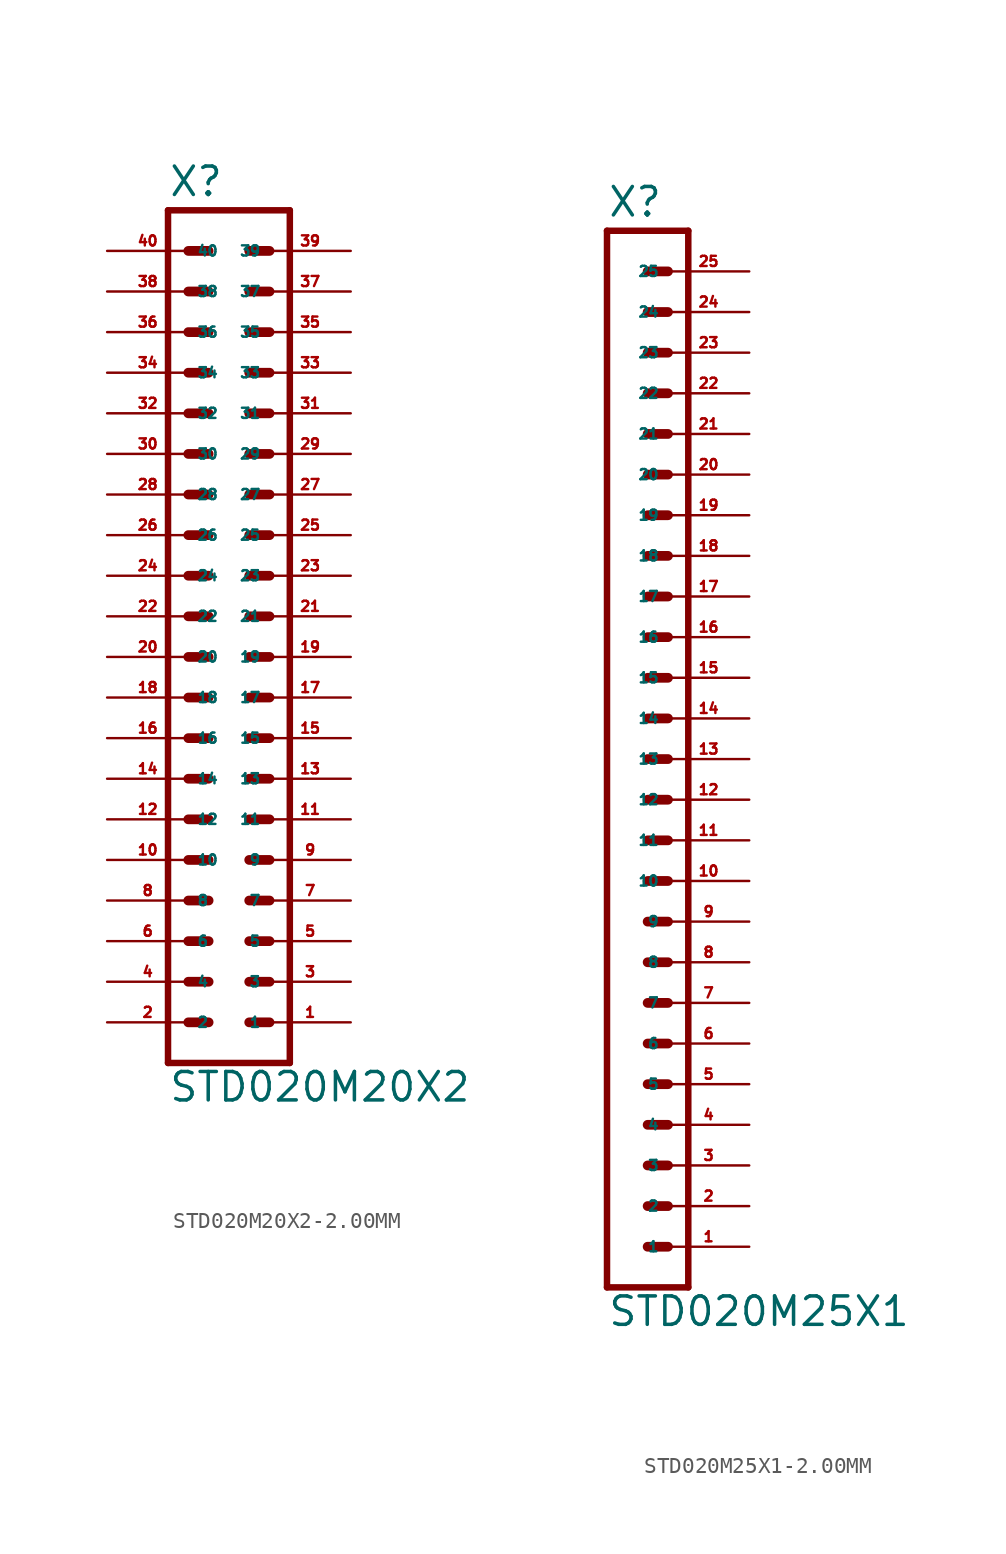
<source format=kicad_sym>
(kicad_symbol_lib
  (version 20220914)
  (generator Eagle2Kicad)
  (symbol "STD020M20X2-2.00MM"
    (property "Reference" "X"
      (at -3.81 26.162 0)
      (effects (font (size 1.778 1.778) (thickness 0.22)) (justify left bottom)))
    (property "Value" "STD020M20X2"
      (at -3.81 -30.48 0)
      (effects (font (size 1.778 1.778) (thickness 0.22)) (justify left bottom)))
    (polyline
      (pts (xy 3.81 -27.94) (xy -3.81 -27.94))
      (stroke (width 0.406) (type default))
      (fill (type none)))
    (polyline
      (pts (xy 1.27 -20.32) (xy 2.54 -20.32))
      (stroke (width 0.61) (type default))
      (fill (type none)))
    (polyline
      (pts (xy 1.27 -22.86) (xy 2.54 -22.86))
      (stroke (width 0.61) (type default))
      (fill (type none)))
    (polyline
      (pts (xy 1.27 -25.4) (xy 2.54 -25.4))
      (stroke (width 0.61) (type default))
      (fill (type none)))
    (polyline
      (pts (xy -2.54 -20.32) (xy -1.27 -20.32))
      (stroke (width 0.61) (type default))
      (fill (type none)))
    (polyline
      (pts (xy -2.54 -22.86) (xy -1.27 -22.86))
      (stroke (width 0.61) (type default))
      (fill (type none)))
    (polyline
      (pts (xy -2.54 -25.4) (xy -1.27 -25.4))
      (stroke (width 0.61) (type default))
      (fill (type none)))
    (polyline
      (pts (xy 1.27 -15.24) (xy 2.54 -15.24))
      (stroke (width 0.61) (type default))
      (fill (type none)))
    (polyline
      (pts (xy 1.27 -17.78) (xy 2.54 -17.78))
      (stroke (width 0.61) (type default))
      (fill (type none)))
    (polyline
      (pts (xy -2.54 -15.24) (xy -1.27 -15.24))
      (stroke (width 0.61) (type default))
      (fill (type none)))
    (polyline
      (pts (xy -2.54 -17.78) (xy -1.27 -17.78))
      (stroke (width 0.61) (type default))
      (fill (type none)))
    (polyline
      (pts (xy 1.27 -7.62) (xy 2.54 -7.62))
      (stroke (width 0.61) (type default))
      (fill (type none)))
    (polyline
      (pts (xy 1.27 -10.16) (xy 2.54 -10.16))
      (stroke (width 0.61) (type default))
      (fill (type none)))
    (polyline
      (pts (xy 1.27 -12.7) (xy 2.54 -12.7))
      (stroke (width 0.61) (type default))
      (fill (type none)))
    (polyline
      (pts (xy -2.54 -7.62) (xy -1.27 -7.62))
      (stroke (width 0.61) (type default))
      (fill (type none)))
    (polyline
      (pts (xy -2.54 -10.16) (xy -1.27 -10.16))
      (stroke (width 0.61) (type default))
      (fill (type none)))
    (polyline
      (pts (xy -2.54 -12.7) (xy -1.27 -12.7))
      (stroke (width 0.61) (type default))
      (fill (type none)))
    (polyline
      (pts (xy 1.27 -2.54) (xy 2.54 -2.54))
      (stroke (width 0.61) (type default))
      (fill (type none)))
    (polyline
      (pts (xy 1.27 -5.08) (xy 2.54 -5.08))
      (stroke (width 0.61) (type default))
      (fill (type none)))
    (polyline
      (pts (xy -2.54 -2.54) (xy -1.27 -2.54))
      (stroke (width 0.61) (type default))
      (fill (type none)))
    (polyline
      (pts (xy -2.54 -5.08) (xy -1.27 -5.08))
      (stroke (width 0.61) (type default))
      (fill (type none)))
    (polyline
      (pts (xy 1.27 5.08) (xy 2.54 5.08))
      (stroke (width 0.61) (type default))
      (fill (type none)))
    (polyline
      (pts (xy 1.27 2.54) (xy 2.54 2.54))
      (stroke (width 0.61) (type default))
      (fill (type none)))
    (polyline
      (pts (xy 1.27 0) (xy 2.54 0))
      (stroke (width 0.61) (type default))
      (fill (type none)))
    (polyline
      (pts (xy -2.54 5.08) (xy -1.27 5.08))
      (stroke (width 0.61) (type default))
      (fill (type none)))
    (polyline
      (pts (xy -2.54 2.54) (xy -1.27 2.54))
      (stroke (width 0.61) (type default))
      (fill (type none)))
    (polyline
      (pts (xy -2.54 0) (xy -1.27 0))
      (stroke (width 0.61) (type default))
      (fill (type none)))
    (polyline
      (pts (xy 1.27 10.16) (xy 2.54 10.16))
      (stroke (width 0.61) (type default))
      (fill (type none)))
    (polyline
      (pts (xy 1.27 7.62) (xy 2.54 7.62))
      (stroke (width 0.61) (type default))
      (fill (type none)))
    (polyline
      (pts (xy -2.54 10.16) (xy -1.27 10.16))
      (stroke (width 0.61) (type default))
      (fill (type none)))
    (polyline
      (pts (xy -2.54 7.62) (xy -1.27 7.62))
      (stroke (width 0.61) (type default))
      (fill (type none)))
    (polyline
      (pts (xy 1.27 15.24) (xy 2.54 15.24))
      (stroke (width 0.61) (type default))
      (fill (type none)))
    (polyline
      (pts (xy 1.27 12.7) (xy 2.54 12.7))
      (stroke (width 0.61) (type default))
      (fill (type none)))
    (polyline
      (pts (xy -2.54 15.24) (xy -1.27 15.24))
      (stroke (width 0.61) (type default))
      (fill (type none)))
    (polyline
      (pts (xy -2.54 12.7) (xy -1.27 12.7))
      (stroke (width 0.61) (type default))
      (fill (type none)))
    (polyline
      (pts (xy -3.81 25.4) (xy -3.81 -27.94))
      (stroke (width 0.406) (type default))
      (fill (type none)))
    (polyline
      (pts (xy 3.81 -27.94) (xy 3.81 25.4))
      (stroke (width 0.406) (type default))
      (fill (type none)))
    (polyline
      (pts (xy -3.81 25.4) (xy 3.81 25.4))
      (stroke (width 0.406) (type default))
      (fill (type none)))
    (polyline
      (pts (xy -2.54 17.78) (xy -1.27 17.78))
      (stroke (width 0.61) (type default))
      (fill (type none)))
    (polyline
      (pts (xy -2.54 20.32) (xy -1.27 20.32))
      (stroke (width 0.61) (type default))
      (fill (type none)))
    (polyline
      (pts (xy -2.54 22.86) (xy -1.27 22.86))
      (stroke (width 0.61) (type default))
      (fill (type none)))
    (polyline
      (pts (xy 1.27 17.78) (xy 2.54 17.78))
      (stroke (width 0.61) (type default))
      (fill (type none)))
    (polyline
      (pts (xy 1.27 20.32) (xy 2.54 20.32))
      (stroke (width 0.61) (type default))
      (fill (type none)))
    (polyline
      (pts (xy 1.27 22.86) (xy 2.54 22.86))
      (stroke (width 0.61) (type default))
      (fill (type none)))
    (pin passive line
      (at 7.62 -25.4 180)
      (length 5.08)
      (name "1" (effects (font (size 0.635 0.635) (thickness 0.08)) (justify left bottom)))
      (number "1" (effects (font (size 0.635 0.635) (thickness 0.08)) (justify left bottom))))
    (pin passive line
      (at 7.62 -22.86 180)
      (length 5.08)
      (name "3" (effects (font (size 0.635 0.635) (thickness 0.08)) (justify left bottom)))
      (number "3" (effects (font (size 0.635 0.635) (thickness 0.08)) (justify left bottom))))
    (pin passive line
      (at 7.62 -20.32 180)
      (length 5.08)
      (name "5" (effects (font (size 0.635 0.635) (thickness 0.08)) (justify left bottom)))
      (number "5" (effects (font (size 0.635 0.635) (thickness 0.08)) (justify left bottom))))
    (pin passive line
      (at -7.62 -25.4 0)
      (length 5.08)
      (name "2" (effects (font (size 0.635 0.635) (thickness 0.08)) (justify left bottom)))
      (number "2" (effects (font (size 0.635 0.635) (thickness 0.08)) (justify left bottom))))
    (pin passive line
      (at -7.62 -22.86 0)
      (length 5.08)
      (name "4" (effects (font (size 0.635 0.635) (thickness 0.08)) (justify left bottom)))
      (number "4" (effects (font (size 0.635 0.635) (thickness 0.08)) (justify left bottom))))
    (pin passive line
      (at -7.62 -20.32 0)
      (length 5.08)
      (name "6" (effects (font (size 0.635 0.635) (thickness 0.08)) (justify left bottom)))
      (number "6" (effects (font (size 0.635 0.635) (thickness 0.08)) (justify left bottom))))
    (pin passive line
      (at 7.62 -17.78 180)
      (length 5.08)
      (name "7" (effects (font (size 0.635 0.635) (thickness 0.08)) (justify left bottom)))
      (number "7" (effects (font (size 0.635 0.635) (thickness 0.08)) (justify left bottom))))
    (pin passive line
      (at 7.62 -15.24 180)
      (length 5.08)
      (name "9" (effects (font (size 0.635 0.635) (thickness 0.08)) (justify left bottom)))
      (number "9" (effects (font (size 0.635 0.635) (thickness 0.08)) (justify left bottom))))
    (pin passive line
      (at -7.62 -17.78 0)
      (length 5.08)
      (name "8" (effects (font (size 0.635 0.635) (thickness 0.08)) (justify left bottom)))
      (number "8" (effects (font (size 0.635 0.635) (thickness 0.08)) (justify left bottom))))
    (pin passive line
      (at -7.62 -15.24 0)
      (length 5.08)
      (name "10" (effects (font (size 0.635 0.635) (thickness 0.08)) (justify left bottom)))
      (number "10" (effects (font (size 0.635 0.635) (thickness 0.08)) (justify left bottom))))
    (pin passive line
      (at 7.62 -12.7 180)
      (length 5.08)
      (name "11" (effects (font (size 0.635 0.635) (thickness 0.08)) (justify left bottom)))
      (number "11" (effects (font (size 0.635 0.635) (thickness 0.08)) (justify left bottom))))
    (pin passive line
      (at 7.62 -10.16 180)
      (length 5.08)
      (name "13" (effects (font (size 0.635 0.635) (thickness 0.08)) (justify left bottom)))
      (number "13" (effects (font (size 0.635 0.635) (thickness 0.08)) (justify left bottom))))
    (pin passive line
      (at 7.62 -7.62 180)
      (length 5.08)
      (name "15" (effects (font (size 0.635 0.635) (thickness 0.08)) (justify left bottom)))
      (number "15" (effects (font (size 0.635 0.635) (thickness 0.08)) (justify left bottom))))
    (pin passive line
      (at -7.62 -12.7 0)
      (length 5.08)
      (name "12" (effects (font (size 0.635 0.635) (thickness 0.08)) (justify left bottom)))
      (number "12" (effects (font (size 0.635 0.635) (thickness 0.08)) (justify left bottom))))
    (pin passive line
      (at -7.62 -10.16 0)
      (length 5.08)
      (name "14" (effects (font (size 0.635 0.635) (thickness 0.08)) (justify left bottom)))
      (number "14" (effects (font (size 0.635 0.635) (thickness 0.08)) (justify left bottom))))
    (pin passive line
      (at -7.62 -7.62 0)
      (length 5.08)
      (name "16" (effects (font (size 0.635 0.635) (thickness 0.08)) (justify left bottom)))
      (number "16" (effects (font (size 0.635 0.635) (thickness 0.08)) (justify left bottom))))
    (pin passive line
      (at 7.62 -5.08 180)
      (length 5.08)
      (name "17" (effects (font (size 0.635 0.635) (thickness 0.08)) (justify left bottom)))
      (number "17" (effects (font (size 0.635 0.635) (thickness 0.08)) (justify left bottom))))
    (pin passive line
      (at 7.62 -2.54 180)
      (length 5.08)
      (name "19" (effects (font (size 0.635 0.635) (thickness 0.08)) (justify left bottom)))
      (number "19" (effects (font (size 0.635 0.635) (thickness 0.08)) (justify left bottom))))
    (pin passive line
      (at -7.62 -5.08 0)
      (length 5.08)
      (name "18" (effects (font (size 0.635 0.635) (thickness 0.08)) (justify left bottom)))
      (number "18" (effects (font (size 0.635 0.635) (thickness 0.08)) (justify left bottom))))
    (pin passive line
      (at -7.62 -2.54 0)
      (length 5.08)
      (name "20" (effects (font (size 0.635 0.635) (thickness 0.08)) (justify left bottom)))
      (number "20" (effects (font (size 0.635 0.635) (thickness 0.08)) (justify left bottom))))
    (pin passive line
      (at 7.62 0 180)
      (length 5.08)
      (name "21" (effects (font (size 0.635 0.635) (thickness 0.08)) (justify left bottom)))
      (number "21" (effects (font (size 0.635 0.635) (thickness 0.08)) (justify left bottom))))
    (pin passive line
      (at 7.62 2.54 180)
      (length 5.08)
      (name "23" (effects (font (size 0.635 0.635) (thickness 0.08)) (justify left bottom)))
      (number "23" (effects (font (size 0.635 0.635) (thickness 0.08)) (justify left bottom))))
    (pin passive line
      (at 7.62 5.08 180)
      (length 5.08)
      (name "25" (effects (font (size 0.635 0.635) (thickness 0.08)) (justify left bottom)))
      (number "25" (effects (font (size 0.635 0.635) (thickness 0.08)) (justify left bottom))))
    (pin passive line
      (at -7.62 0 0)
      (length 5.08)
      (name "22" (effects (font (size 0.635 0.635) (thickness 0.08)) (justify left bottom)))
      (number "22" (effects (font (size 0.635 0.635) (thickness 0.08)) (justify left bottom))))
    (pin passive line
      (at -7.62 2.54 0)
      (length 5.08)
      (name "24" (effects (font (size 0.635 0.635) (thickness 0.08)) (justify left bottom)))
      (number "24" (effects (font (size 0.635 0.635) (thickness 0.08)) (justify left bottom))))
    (pin passive line
      (at -7.62 5.08 0)
      (length 5.08)
      (name "26" (effects (font (size 0.635 0.635) (thickness 0.08)) (justify left bottom)))
      (number "26" (effects (font (size 0.635 0.635) (thickness 0.08)) (justify left bottom))))
    (pin passive line
      (at 7.62 7.62 180)
      (length 5.08)
      (name "27" (effects (font (size 0.635 0.635) (thickness 0.08)) (justify left bottom)))
      (number "27" (effects (font (size 0.635 0.635) (thickness 0.08)) (justify left bottom))))
    (pin passive line
      (at 7.62 10.16 180)
      (length 5.08)
      (name "29" (effects (font (size 0.635 0.635) (thickness 0.08)) (justify left bottom)))
      (number "29" (effects (font (size 0.635 0.635) (thickness 0.08)) (justify left bottom))))
    (pin passive line
      (at -7.62 7.62 0)
      (length 5.08)
      (name "28" (effects (font (size 0.635 0.635) (thickness 0.08)) (justify left bottom)))
      (number "28" (effects (font (size 0.635 0.635) (thickness 0.08)) (justify left bottom))))
    (pin passive line
      (at -7.62 10.16 0)
      (length 5.08)
      (name "30" (effects (font (size 0.635 0.635) (thickness 0.08)) (justify left bottom)))
      (number "30" (effects (font (size 0.635 0.635) (thickness 0.08)) (justify left bottom))))
    (pin passive line
      (at 7.62 12.7 180)
      (length 5.08)
      (name "31" (effects (font (size 0.635 0.635) (thickness 0.08)) (justify left bottom)))
      (number "31" (effects (font (size 0.635 0.635) (thickness 0.08)) (justify left bottom))))
    (pin passive line
      (at 7.62 15.24 180)
      (length 5.08)
      (name "33" (effects (font (size 0.635 0.635) (thickness 0.08)) (justify left bottom)))
      (number "33" (effects (font (size 0.635 0.635) (thickness 0.08)) (justify left bottom))))
    (pin passive line
      (at -7.62 12.7 0)
      (length 5.08)
      (name "32" (effects (font (size 0.635 0.635) (thickness 0.08)) (justify left bottom)))
      (number "32" (effects (font (size 0.635 0.635) (thickness 0.08)) (justify left bottom))))
    (pin passive line
      (at -7.62 15.24 0)
      (length 5.08)
      (name "34" (effects (font (size 0.635 0.635) (thickness 0.08)) (justify left bottom)))
      (number "34" (effects (font (size 0.635 0.635) (thickness 0.08)) (justify left bottom))))
    (pin passive line
      (at -7.62 17.78 0)
      (length 5.08)
      (name "36" (effects (font (size 0.635 0.635) (thickness 0.08)) (justify left bottom)))
      (number "36" (effects (font (size 0.635 0.635) (thickness 0.08)) (justify left bottom))))
    (pin passive line
      (at -7.62 20.32 0)
      (length 5.08)
      (name "38" (effects (font (size 0.635 0.635) (thickness 0.08)) (justify left bottom)))
      (number "38" (effects (font (size 0.635 0.635) (thickness 0.08)) (justify left bottom))))
    (pin passive line
      (at -7.62 22.86 0)
      (length 5.08)
      (name "40" (effects (font (size 0.635 0.635) (thickness 0.08)) (justify left bottom)))
      (number "40" (effects (font (size 0.635 0.635) (thickness 0.08)) (justify left bottom))))
    (pin passive line
      (at 7.62 17.78 180)
      (length 5.08)
      (name "35" (effects (font (size 0.635 0.635) (thickness 0.08)) (justify left bottom)))
      (number "35" (effects (font (size 0.635 0.635) (thickness 0.08)) (justify left bottom))))
    (pin passive line
      (at 7.62 20.32 180)
      (length 5.08)
      (name "37" (effects (font (size 0.635 0.635) (thickness 0.08)) (justify left bottom)))
      (number "37" (effects (font (size 0.635 0.635) (thickness 0.08)) (justify left bottom))))
    (pin passive line
      (at 7.62 22.86 180)
      (length 5.08)
      (name "39" (effects (font (size 0.635 0.635) (thickness 0.08)) (justify left bottom)))
      (number "39" (effects (font (size 0.635 0.635) (thickness 0.08)) (justify left bottom)))))
  (symbol "STD020M25X1-2.00MM"
    (property "Reference" "X"
      (at -1.27 41.402 0)
      (effects (font (size 1.778 1.778) (thickness 0.22)) (justify left bottom)))
    (property "Value" "STD020M25X1"
      (at -1.27 -27.94 0)
      (effects (font (size 1.778 1.778) (thickness 0.22)) (justify left bottom)))
    (polyline
      (pts (xy 3.81 -25.4) (xy -1.27 -25.4))
      (stroke (width 0.406) (type default))
      (fill (type none)))
    (polyline
      (pts (xy 1.27 -17.78) (xy 2.54 -17.78))
      (stroke (width 0.61) (type default))
      (fill (type none)))
    (polyline
      (pts (xy 1.27 -20.32) (xy 2.54 -20.32))
      (stroke (width 0.61) (type default))
      (fill (type none)))
    (polyline
      (pts (xy 1.27 -22.86) (xy 2.54 -22.86))
      (stroke (width 0.61) (type default))
      (fill (type none)))
    (polyline
      (pts (xy 1.27 -12.7) (xy 2.54 -12.7))
      (stroke (width 0.61) (type default))
      (fill (type none)))
    (polyline
      (pts (xy 1.27 -15.24) (xy 2.54 -15.24))
      (stroke (width 0.61) (type default))
      (fill (type none)))
    (polyline
      (pts (xy 1.27 -5.08) (xy 2.54 -5.08))
      (stroke (width 0.61) (type default))
      (fill (type none)))
    (polyline
      (pts (xy 1.27 -7.62) (xy 2.54 -7.62))
      (stroke (width 0.61) (type default))
      (fill (type none)))
    (polyline
      (pts (xy 1.27 -10.16) (xy 2.54 -10.16))
      (stroke (width 0.61) (type default))
      (fill (type none)))
    (polyline
      (pts (xy 1.27 0) (xy 2.54 0))
      (stroke (width 0.61) (type default))
      (fill (type none)))
    (polyline
      (pts (xy 1.27 -2.54) (xy 2.54 -2.54))
      (stroke (width 0.61) (type default))
      (fill (type none)))
    (polyline
      (pts (xy 1.27 7.62) (xy 2.54 7.62))
      (stroke (width 0.61) (type default))
      (fill (type none)))
    (polyline
      (pts (xy 1.27 5.08) (xy 2.54 5.08))
      (stroke (width 0.61) (type default))
      (fill (type none)))
    (polyline
      (pts (xy 1.27 2.54) (xy 2.54 2.54))
      (stroke (width 0.61) (type default))
      (fill (type none)))
    (polyline
      (pts (xy 1.27 15.24) (xy 2.54 15.24))
      (stroke (width 0.61) (type default))
      (fill (type none)))
    (polyline
      (pts (xy 1.27 12.7) (xy 2.54 12.7))
      (stroke (width 0.61) (type default))
      (fill (type none)))
    (polyline
      (pts (xy 1.27 10.16) (xy 2.54 10.16))
      (stroke (width 0.61) (type default))
      (fill (type none)))
    (polyline
      (pts (xy 1.27 20.32) (xy 2.54 20.32))
      (stroke (width 0.61) (type default))
      (fill (type none)))
    (polyline
      (pts (xy 1.27 17.78) (xy 2.54 17.78))
      (stroke (width 0.61) (type default))
      (fill (type none)))
    (polyline
      (pts (xy 1.27 25.4) (xy 2.54 25.4))
      (stroke (width 0.61) (type default))
      (fill (type none)))
    (polyline
      (pts (xy 1.27 22.86) (xy 2.54 22.86))
      (stroke (width 0.61) (type default))
      (fill (type none)))
    (polyline
      (pts (xy -1.27 40.64) (xy -1.27 -25.4))
      (stroke (width 0.406) (type default))
      (fill (type none)))
    (polyline
      (pts (xy 3.81 -25.4) (xy 3.81 40.64))
      (stroke (width 0.406) (type default))
      (fill (type none)))
    (polyline
      (pts (xy -1.27 40.64) (xy 3.81 40.64))
      (stroke (width 0.406) (type default))
      (fill (type none)))
    (polyline
      (pts (xy 1.27 27.94) (xy 2.54 27.94))
      (stroke (width 0.61) (type default))
      (fill (type none)))
    (polyline
      (pts (xy 1.27 33.02) (xy 2.54 33.02))
      (stroke (width 0.61) (type default))
      (fill (type none)))
    (polyline
      (pts (xy 1.27 30.48) (xy 2.54 30.48))
      (stroke (width 0.61) (type default))
      (fill (type none)))
    (polyline
      (pts (xy 1.27 38.1) (xy 2.54 38.1))
      (stroke (width 0.61) (type default))
      (fill (type none)))
    (polyline
      (pts (xy 1.27 35.56) (xy 2.54 35.56))
      (stroke (width 0.61) (type default))
      (fill (type none)))
    (pin passive line
      (at 7.62 -22.86 180)
      (length 5.08)
      (name "1" (effects (font (size 0.635 0.635) (thickness 0.08)) (justify left bottom)))
      (number "1" (effects (font (size 0.635 0.635) (thickness 0.08)) (justify left bottom))))
    (pin passive line
      (at 7.62 -20.32 180)
      (length 5.08)
      (name "2" (effects (font (size 0.635 0.635) (thickness 0.08)) (justify left bottom)))
      (number "2" (effects (font (size 0.635 0.635) (thickness 0.08)) (justify left bottom))))
    (pin passive line
      (at 7.62 -17.78 180)
      (length 5.08)
      (name "3" (effects (font (size 0.635 0.635) (thickness 0.08)) (justify left bottom)))
      (number "3" (effects (font (size 0.635 0.635) (thickness 0.08)) (justify left bottom))))
    (pin passive line
      (at 7.62 -15.24 180)
      (length 5.08)
      (name "4" (effects (font (size 0.635 0.635) (thickness 0.08)) (justify left bottom)))
      (number "4" (effects (font (size 0.635 0.635) (thickness 0.08)) (justify left bottom))))
    (pin passive line
      (at 7.62 -12.7 180)
      (length 5.08)
      (name "5" (effects (font (size 0.635 0.635) (thickness 0.08)) (justify left bottom)))
      (number "5" (effects (font (size 0.635 0.635) (thickness 0.08)) (justify left bottom))))
    (pin passive line
      (at 7.62 -10.16 180)
      (length 5.08)
      (name "6" (effects (font (size 0.635 0.635) (thickness 0.08)) (justify left bottom)))
      (number "6" (effects (font (size 0.635 0.635) (thickness 0.08)) (justify left bottom))))
    (pin passive line
      (at 7.62 -7.62 180)
      (length 5.08)
      (name "7" (effects (font (size 0.635 0.635) (thickness 0.08)) (justify left bottom)))
      (number "7" (effects (font (size 0.635 0.635) (thickness 0.08)) (justify left bottom))))
    (pin passive line
      (at 7.62 -5.08 180)
      (length 5.08)
      (name "8" (effects (font (size 0.635 0.635) (thickness 0.08)) (justify left bottom)))
      (number "8" (effects (font (size 0.635 0.635) (thickness 0.08)) (justify left bottom))))
    (pin passive line
      (at 7.62 -2.54 180)
      (length 5.08)
      (name "9" (effects (font (size 0.635 0.635) (thickness 0.08)) (justify left bottom)))
      (number "9" (effects (font (size 0.635 0.635) (thickness 0.08)) (justify left bottom))))
    (pin passive line
      (at 7.62 0 180)
      (length 5.08)
      (name "10" (effects (font (size 0.635 0.635) (thickness 0.08)) (justify left bottom)))
      (number "10" (effects (font (size 0.635 0.635) (thickness 0.08)) (justify left bottom))))
    (pin passive line
      (at 7.62 2.54 180)
      (length 5.08)
      (name "11" (effects (font (size 0.635 0.635) (thickness 0.08)) (justify left bottom)))
      (number "11" (effects (font (size 0.635 0.635) (thickness 0.08)) (justify left bottom))))
    (pin passive line
      (at 7.62 5.08 180)
      (length 5.08)
      (name "12" (effects (font (size 0.635 0.635) (thickness 0.08)) (justify left bottom)))
      (number "12" (effects (font (size 0.635 0.635) (thickness 0.08)) (justify left bottom))))
    (pin passive line
      (at 7.62 7.62 180)
      (length 5.08)
      (name "13" (effects (font (size 0.635 0.635) (thickness 0.08)) (justify left bottom)))
      (number "13" (effects (font (size 0.635 0.635) (thickness 0.08)) (justify left bottom))))
    (pin passive line
      (at 7.62 10.16 180)
      (length 5.08)
      (name "14" (effects (font (size 0.635 0.635) (thickness 0.08)) (justify left bottom)))
      (number "14" (effects (font (size 0.635 0.635) (thickness 0.08)) (justify left bottom))))
    (pin passive line
      (at 7.62 12.7 180)
      (length 5.08)
      (name "15" (effects (font (size 0.635 0.635) (thickness 0.08)) (justify left bottom)))
      (number "15" (effects (font (size 0.635 0.635) (thickness 0.08)) (justify left bottom))))
    (pin passive line
      (at 7.62 15.24 180)
      (length 5.08)
      (name "16" (effects (font (size 0.635 0.635) (thickness 0.08)) (justify left bottom)))
      (number "16" (effects (font (size 0.635 0.635) (thickness 0.08)) (justify left bottom))))
    (pin passive line
      (at 7.62 17.78 180)
      (length 5.08)
      (name "17" (effects (font (size 0.635 0.635) (thickness 0.08)) (justify left bottom)))
      (number "17" (effects (font (size 0.635 0.635) (thickness 0.08)) (justify left bottom))))
    (pin passive line
      (at 7.62 20.32 180)
      (length 5.08)
      (name "18" (effects (font (size 0.635 0.635) (thickness 0.08)) (justify left bottom)))
      (number "18" (effects (font (size 0.635 0.635) (thickness 0.08)) (justify left bottom))))
    (pin passive line
      (at 7.62 22.86 180)
      (length 5.08)
      (name "19" (effects (font (size 0.635 0.635) (thickness 0.08)) (justify left bottom)))
      (number "19" (effects (font (size 0.635 0.635) (thickness 0.08)) (justify left bottom))))
    (pin passive line
      (at 7.62 25.4 180)
      (length 5.08)
      (name "20" (effects (font (size 0.635 0.635) (thickness 0.08)) (justify left bottom)))
      (number "20" (effects (font (size 0.635 0.635) (thickness 0.08)) (justify left bottom))))
    (pin passive line
      (at 7.62 27.94 180)
      (length 5.08)
      (name "21" (effects (font (size 0.635 0.635) (thickness 0.08)) (justify left bottom)))
      (number "21" (effects (font (size 0.635 0.635) (thickness 0.08)) (justify left bottom))))
    (pin passive line
      (at 7.62 30.48 180)
      (length 5.08)
      (name "22" (effects (font (size 0.635 0.635) (thickness 0.08)) (justify left bottom)))
      (number "22" (effects (font (size 0.635 0.635) (thickness 0.08)) (justify left bottom))))
    (pin passive line
      (at 7.62 33.02 180)
      (length 5.08)
      (name "23" (effects (font (size 0.635 0.635) (thickness 0.08)) (justify left bottom)))
      (number "23" (effects (font (size 0.635 0.635) (thickness 0.08)) (justify left bottom))))
    (pin passive line
      (at 7.62 35.56 180)
      (length 5.08)
      (name "24" (effects (font (size 0.635 0.635) (thickness 0.08)) (justify left bottom)))
      (number "24" (effects (font (size 0.635 0.635) (thickness 0.08)) (justify left bottom))))
    (pin passive line
      (at 7.62 38.1 180)
      (length 5.08)
      (name "25" (effects (font (size 0.635 0.635) (thickness 0.08)) (justify left bottom)))
      (number "25" (effects (font (size 0.635 0.635) (thickness 0.08)) (justify left bottom))))))
</source>
